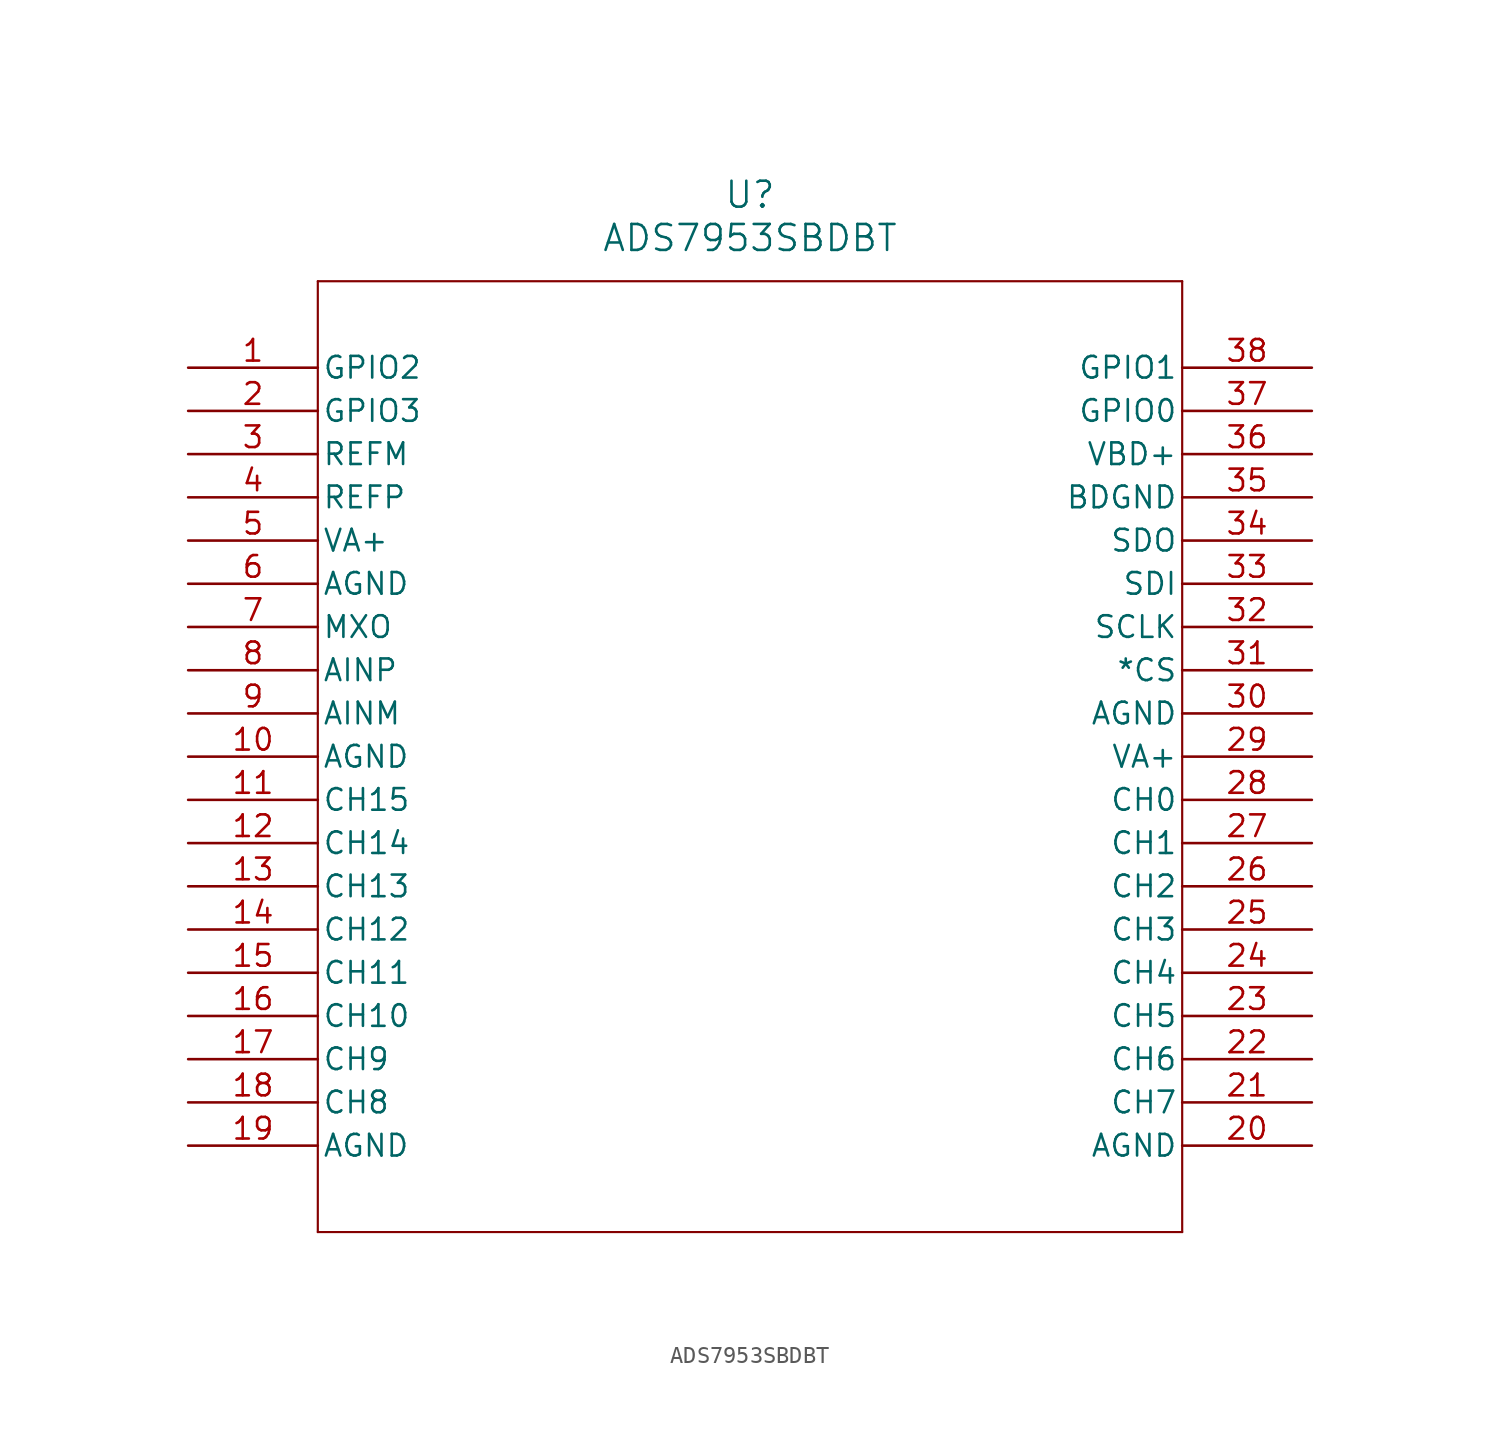
<source format=kicad_sym>
(kicad_symbol_lib
  (version 20211014)
  (generator kicad_symbol_editor)
  (symbol "ADS7953SBDBT"
    (pin_names
      (offset 0.254))
    (property "Reference" "U"
      (at 33.02 10.16 0)
      (effects (font (size 1.524 1.524))))
    (property "Value" "ADS7953SBDBT"
      (at 33.02 7.62 0)
      (effects (font (size 1.524 1.524))))
    (symbol "ADS7953SBDBT_0_1"
      (polyline (pts (xy 7.62 5.08) (xy 7.62 -50.8)) (stroke (width 0.127) (type default) (color 0 0 0 0)) (fill (type none)))
      (polyline (pts (xy 7.62 -50.8) (xy 58.42 -50.8)) (stroke (width 0.127) (type default) (color 0 0 0 0)) (fill (type none)))
      (polyline (pts (xy 58.42 -50.8) (xy 58.42 5.08)) (stroke (width 0.127) (type default) (color 0 0 0 0)) (fill (type none)))
      (polyline (pts (xy 58.42 5.08) (xy 7.62 5.08)) (stroke (width 0.127) (type default) (color 0 0 0 0)) (fill (type none)))
      (pin bidirectional line (at 0 0 0) (length 7.62) (name "GPIO2" (effects (font (size 1.27 1.27)))) (number "1" (effects (font (size 1.27 1.27)))))
      (pin bidirectional line (at 0 -2.54 0) (length 7.62) (name "GPIO3" (effects (font (size 1.27 1.27)))) (number "2" (effects (font (size 1.27 1.27)))))
      (pin input line (at 0 -5.08 0) (length 7.62) (name "REFM" (effects (font (size 1.27 1.27)))) (number "3" (effects (font (size 1.27 1.27)))))
      (pin input line (at 0 -7.62 0) (length 7.62) (name "REFP" (effects (font (size 1.27 1.27)))) (number "4" (effects (font (size 1.27 1.27)))))
      (pin power_in line (at 0 -10.16 0) (length 7.62) (name "VA+" (effects (font (size 1.27 1.27)))) (number "5" (effects (font (size 1.27 1.27)))))
      (pin power_in line (at 0 -12.7 0) (length 7.62) (name "AGND" (effects (font (size 1.27 1.27)))) (number "6" (effects (font (size 1.27 1.27)))))
      (pin output line (at 0 -15.24 0) (length 7.62) (name "MXO" (effects (font (size 1.27 1.27)))) (number "7" (effects (font (size 1.27 1.27)))))
      (pin input line (at 0 -17.78 0) (length 7.62) (name "AINP" (effects (font (size 1.27 1.27)))) (number "8" (effects (font (size 1.27 1.27)))))
      (pin input line (at 0 -20.32 0) (length 7.62) (name "AINM" (effects (font (size 1.27 1.27)))) (number "9" (effects (font (size 1.27 1.27)))))
      (pin power_in line (at 0 -22.86 0) (length 7.62) (name "AGND" (effects (font (size 1.27 1.27)))) (number "10" (effects (font (size 1.27 1.27)))))
      (pin input line (at 0 -25.4 0) (length 7.62) (name "CH15" (effects (font (size 1.27 1.27)))) (number "11" (effects (font (size 1.27 1.27)))))
      (pin input line (at 0 -27.94 0) (length 7.62) (name "CH14" (effects (font (size 1.27 1.27)))) (number "12" (effects (font (size 1.27 1.27)))))
      (pin input line (at 0 -30.48 0) (length 7.62) (name "CH13" (effects (font (size 1.27 1.27)))) (number "13" (effects (font (size 1.27 1.27)))))
      (pin input line (at 0 -33.02 0) (length 7.62) (name "CH12" (effects (font (size 1.27 1.27)))) (number "14" (effects (font (size 1.27 1.27)))))
      (pin input line (at 0 -35.56 0) (length 7.62) (name "CH11" (effects (font (size 1.27 1.27)))) (number "15" (effects (font (size 1.27 1.27)))))
      (pin input line (at 0 -38.1 0) (length 7.62) (name "CH10" (effects (font (size 1.27 1.27)))) (number "16" (effects (font (size 1.27 1.27)))))
      (pin input line (at 0 -40.64 0) (length 7.62) (name "CH9" (effects (font (size 1.27 1.27)))) (number "17" (effects (font (size 1.27 1.27)))))
      (pin input line (at 0 -43.18 0) (length 7.62) (name "CH8" (effects (font (size 1.27 1.27)))) (number "18" (effects (font (size 1.27 1.27)))))
      (pin power_in line (at 0 -45.72 0) (length 7.62) (name "AGND" (effects (font (size 1.27 1.27)))) (number "19" (effects (font (size 1.27 1.27)))))
      (pin power_in line (at 66.04 -45.72 180) (length 7.62) (name "AGND" (effects (font (size 1.27 1.27)))) (number "20" (effects (font (size 1.27 1.27)))))
      (pin input line (at 66.04 -43.18 180) (length 7.62) (name "CH7" (effects (font (size 1.27 1.27)))) (number "21" (effects (font (size 1.27 1.27)))))
      (pin input line (at 66.04 -40.64 180) (length 7.62) (name "CH6" (effects (font (size 1.27 1.27)))) (number "22" (effects (font (size 1.27 1.27)))))
      (pin input line (at 66.04 -38.1 180) (length 7.62) (name "CH5" (effects (font (size 1.27 1.27)))) (number "23" (effects (font (size 1.27 1.27)))))
      (pin input line (at 66.04 -35.56 180) (length 7.62) (name "CH4" (effects (font (size 1.27 1.27)))) (number "24" (effects (font (size 1.27 1.27)))))
      (pin input line (at 66.04 -33.02 180) (length 7.62) (name "CH3" (effects (font (size 1.27 1.27)))) (number "25" (effects (font (size 1.27 1.27)))))
      (pin input line (at 66.04 -30.48 180) (length 7.62) (name "CH2" (effects (font (size 1.27 1.27)))) (number "26" (effects (font (size 1.27 1.27)))))
      (pin input line (at 66.04 -27.94 180) (length 7.62) (name "CH1" (effects (font (size 1.27 1.27)))) (number "27" (effects (font (size 1.27 1.27)))))
      (pin input line (at 66.04 -25.4 180) (length 7.62) (name "CH0" (effects (font (size 1.27 1.27)))) (number "28" (effects (font (size 1.27 1.27)))))
      (pin power_in line (at 66.04 -22.86 180) (length 7.62) (name "VA+" (effects (font (size 1.27 1.27)))) (number "29" (effects (font (size 1.27 1.27)))))
      (pin power_in line (at 66.04 -20.32 180) (length 7.62) (name "AGND" (effects (font (size 1.27 1.27)))) (number "30" (effects (font (size 1.27 1.27)))))
      (pin input line (at 66.04 -17.78 180) (length 7.62) (name "*CS" (effects (font (size 1.27 1.27)))) (number "31" (effects (font (size 1.27 1.27)))))
      (pin input line (at 66.04 -15.24 180) (length 7.62) (name "SCLK" (effects (font (size 1.27 1.27)))) (number "32" (effects (font (size 1.27 1.27)))))
      (pin input line (at 66.04 -12.7 180) (length 7.62) (name "SDI" (effects (font (size 1.27 1.27)))) (number "33" (effects (font (size 1.27 1.27)))))
      (pin output line (at 66.04 -10.16 180) (length 7.62) (name "SDO" (effects (font (size 1.27 1.27)))) (number "34" (effects (font (size 1.27 1.27)))))
      (pin power_in line (at 66.04 -7.62 180) (length 7.62) (name "BDGND" (effects (font (size 1.27 1.27)))) (number "35" (effects (font (size 1.27 1.27)))))
      (pin power_in line (at 66.04 -5.08 180) (length 7.62) (name "VBD+" (effects (font (size 1.27 1.27)))) (number "36" (effects (font (size 1.27 1.27)))))
      (pin bidirectional line (at 66.04 -2.54 180) (length 7.62) (name "GPIO0" (effects (font (size 1.27 1.27)))) (number "37" (effects (font (size 1.27 1.27)))))
      (pin bidirectional line (at 66.04 0 180) (length 7.62) (name "GPIO1" (effects (font (size 1.27 1.27)))) (number "38" (effects (font (size 1.27 1.27))))))))
</source>
